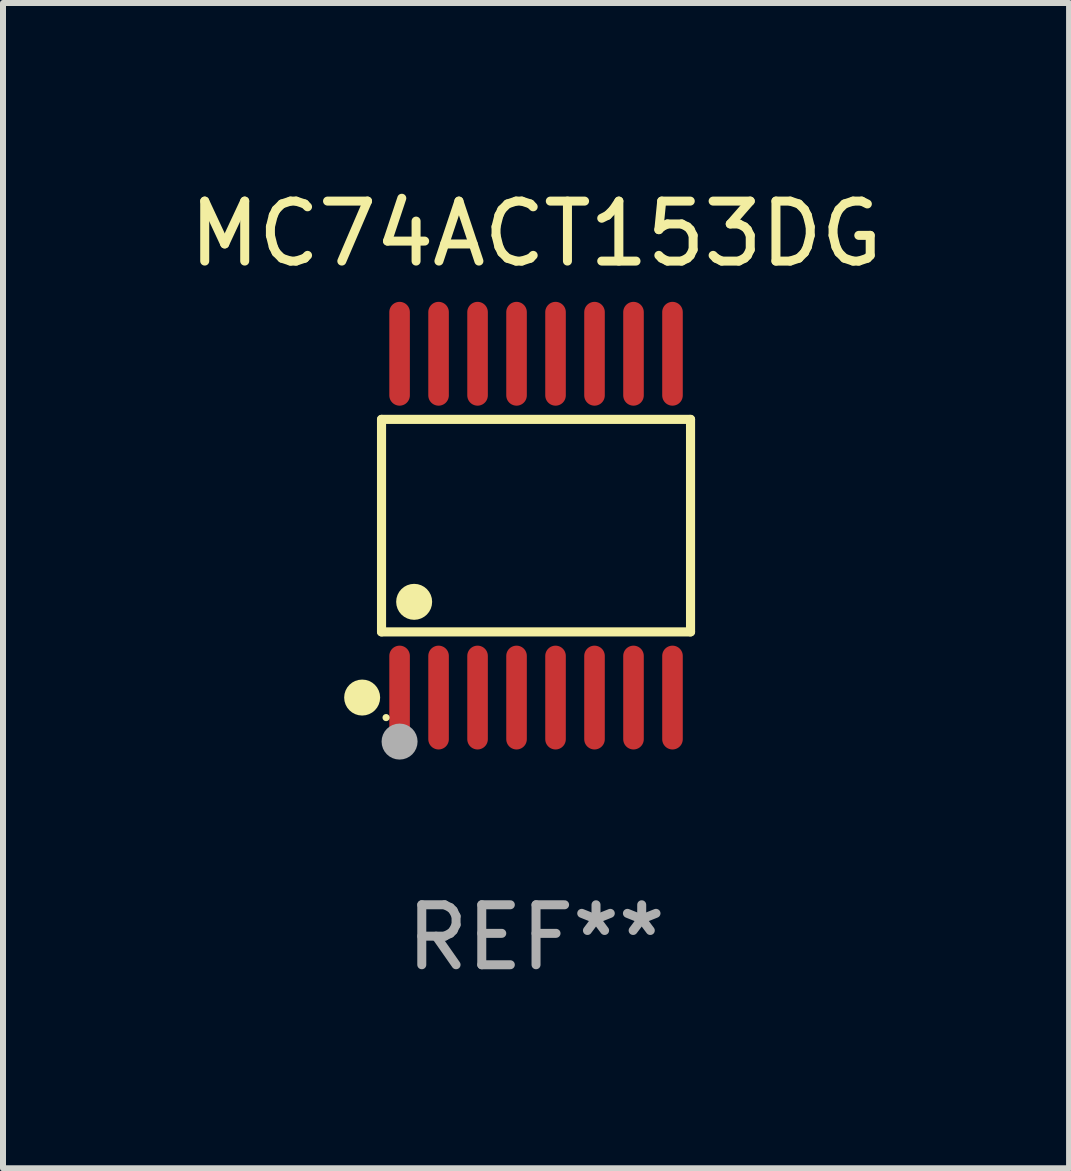
<source format=kicad_pcb>
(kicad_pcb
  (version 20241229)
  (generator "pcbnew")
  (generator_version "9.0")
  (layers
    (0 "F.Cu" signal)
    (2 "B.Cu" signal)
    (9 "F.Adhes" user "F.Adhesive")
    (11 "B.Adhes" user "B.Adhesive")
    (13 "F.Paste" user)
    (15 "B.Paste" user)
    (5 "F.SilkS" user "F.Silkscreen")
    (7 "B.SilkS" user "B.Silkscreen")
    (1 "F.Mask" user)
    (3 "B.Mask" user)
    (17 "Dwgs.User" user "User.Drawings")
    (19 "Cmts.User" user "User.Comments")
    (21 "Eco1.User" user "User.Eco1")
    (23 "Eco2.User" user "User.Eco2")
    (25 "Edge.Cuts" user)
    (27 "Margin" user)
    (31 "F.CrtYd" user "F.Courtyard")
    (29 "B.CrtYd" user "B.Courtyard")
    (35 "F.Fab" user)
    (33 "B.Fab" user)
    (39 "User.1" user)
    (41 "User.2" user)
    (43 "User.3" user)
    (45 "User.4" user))
  (footprint "MC74ACT153DG"
    (layer "F.Cu")
    (at 5.887 5.714)
    (property "Reference" "MC74ACT153DG" (at 0 -4.866 0) (layer "F.SilkS") (effects (font (size 1 1) (thickness 0.15))))
    (attr through_hole)
    (fp_line (start -2.576 -1.772) (end 2.576 -1.772) (stroke (width 0.152) (type solid)) (layer "F.SilkS"))
    (fp_line (start -2.576 1.771) (end -2.576 -1.772) (stroke (width 0.152) (type solid)) (layer "F.SilkS"))
    (fp_line (start 2.576 -1.772) (end 2.576 1.771) (stroke (width 0.152) (type solid)) (layer "F.SilkS"))
    (fp_line (start 2.576 1.771) (end -2.576 1.771) (stroke (width 0.152) (type solid)) (layer "F.SilkS"))
    (fp_circle (center -2.899 2.866) (end -2.749 2.866) (stroke (width 0.3) (type solid)) (fill no) (layer "F.SilkS"))
    (fp_circle (center -2.5 3.2) (end -2.47 3.2) (stroke (width 0.06) (type solid)) (fill no) (layer "F.SilkS"))
    (fp_circle (center -2.032 1.27) (end -1.882 1.27) (stroke (width 0.3) (type solid)) (fill no) (layer "F.SilkS"))
    (fp_circle (center -2.275 3.6) (end -2.125 3.6) (stroke (width 0.3) (type solid)) (fill no) (layer "F.Fab"))
    (fp_text user "REF**" (at 0 6.866 0) (layer "F.Fab") (effects (font (size 1 1) (thickness 0.15))))
    (pad "1" smd oval (at -2.275 2.866) (size 0.343 1.731) (layers "F.Cu" "F.Mask" "F.Paste"))
    (pad "2" smd oval (at -1.625 2.866) (size 0.343 1.731) (layers "F.Cu" "F.Mask" "F.Paste"))
    (pad "3" smd oval (at -0.975 2.866) (size 0.343 1.731) (layers "F.Cu" "F.Mask" "F.Paste"))
    (pad "4" smd oval (at -0.325 2.866) (size 0.343 1.731) (layers "F.Cu" "F.Mask" "F.Paste"))
    (pad "5" smd oval (at 0.325 2.866) (size 0.343 1.731) (layers "F.Cu" "F.Mask" "F.Paste"))
    (pad "6" smd oval (at 0.975 2.866) (size 0.343 1.731) (layers "F.Cu" "F.Mask" "F.Paste"))
    (pad "7" smd oval (at 1.625 2.866) (size 0.343 1.731) (layers "F.Cu" "F.Mask" "F.Paste"))
    (pad "8" smd oval (at 2.275 2.866) (size 0.343 1.731) (layers "F.Cu" "F.Mask" "F.Paste"))
    (pad "9" smd oval (at 2.275 -2.866) (size 0.343 1.731) (layers "F.Cu" "F.Mask" "F.Paste"))
    (pad "10" smd oval (at 1.625 -2.866) (size 0.343 1.731) (layers "F.Cu" "F.Mask" "F.Paste"))
    (pad "11" smd oval (at 0.975 -2.866) (size 0.343 1.731) (layers "F.Cu" "F.Mask" "F.Paste"))
    (pad "12" smd oval (at 0.325 -2.866) (size 0.343 1.731) (layers "F.Cu" "F.Mask" "F.Paste"))
    (pad "13" smd oval (at -0.325 -2.866) (size 0.343 1.731) (layers "F.Cu" "F.Mask" "F.Paste"))
    (pad "14" smd oval (at -0.975 -2.866) (size 0.343 1.731) (layers "F.Cu" "F.Mask" "F.Paste"))
    (pad "15" smd oval (at -1.625 -2.866) (size 0.343 1.731) (layers "F.Cu" "F.Mask" "F.Paste"))
    (pad "16" smd oval (at -2.275 -2.866) (size 0.343 1.731) (layers "F.Cu" "F.Mask" "F.Paste")))
  (gr_rect
    (start -3 -3)
    (end 14.774 16.428)
    (stroke (width 0.1) (type default))
    (fill no)
    (layer "Edge.Cuts")))
</source>
